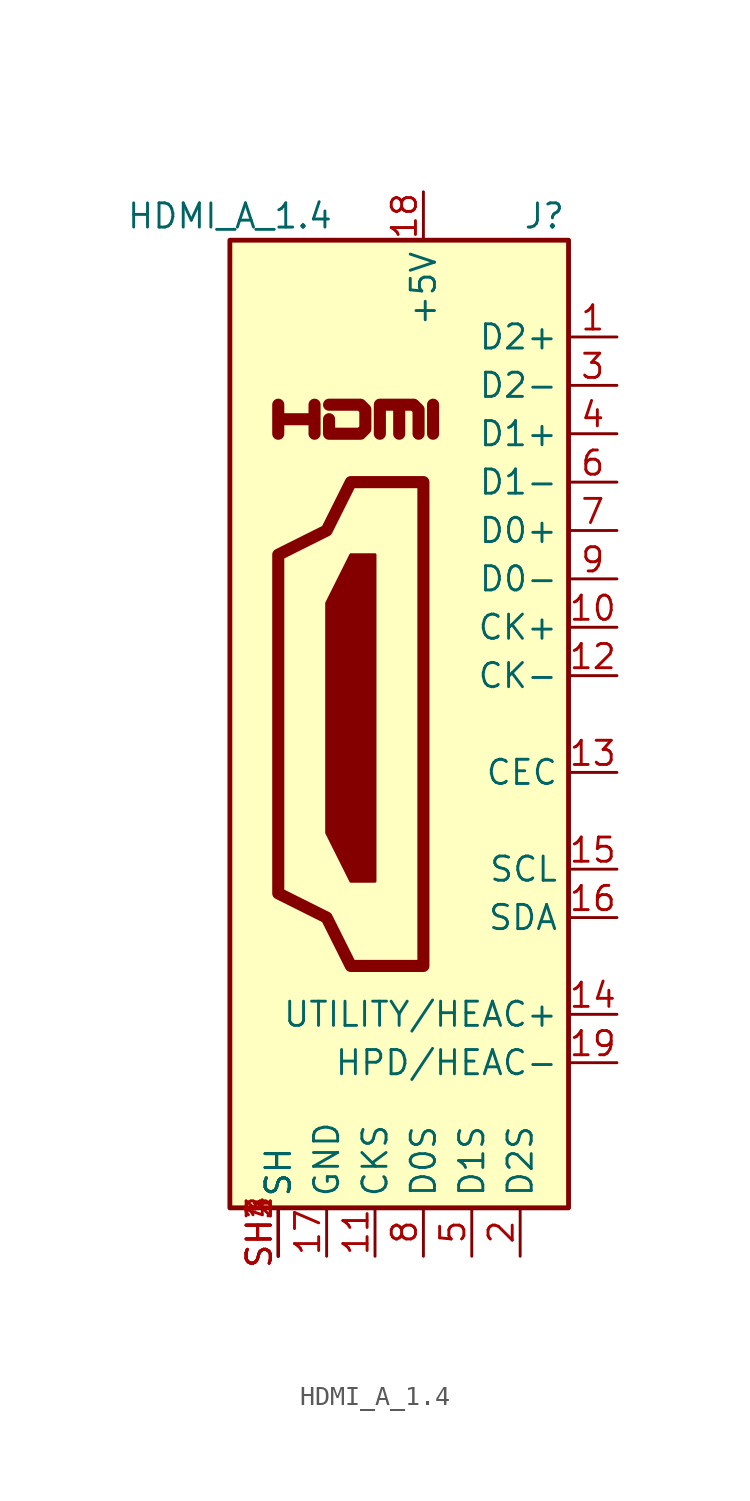
<source format=kicad_sym>
(kicad_symbol_lib
  (version 20241209)
  (generator "kicad_symbol_editor")
  (generator_version "9.0")
  (symbol "HDMI_A_1.4"
    (property "Reference" "J"
      (at 36.83 26.67 0)
      (effects (font (size 1.27 1.27))))
    (property "Value" "HDMI_A_1.4"
      (at 20.32 26.67 0)
      (effects (font (size 1.27 1.27))))
    (symbol "HDMI_A_1.4_0_0"
      (polyline (pts (xy 22.86 15.24) (xy 22.86 16.764) (xy 22.86 16.002) (xy 24.765 16.002) (xy 24.765 16.764) (xy 24.765 15.24)) (stroke (width 0.635) (type default)) (fill (type none)))
      (polyline (pts (xy 25.527 16.764) (xy 27.178 16.764) (xy 27.432 16.51) (xy 27.432 15.494) (xy 27.178 15.24) (xy 25.527 15.24) (xy 25.527 16.002)) (stroke (width 0.635) (type default)) (fill (type none)))
      (polyline (pts (xy 30.988 15.24) (xy 30.988 16.764)) (stroke (width 0.635) (type default)) (fill (type none)))
      (pin passive line (at 22.86 -27.94 90) (length 2.54) (name "SH" (effects (font (size 1.27 1.27)))) (number "SH2" (effects (font (size 1.27 1.27)))))
      (pin passive line (at 22.86 -27.94 90) (length 2.54) (name "SH" (effects (font (size 1.27 1.27)))) (number "SH3" (effects (font (size 1.27 1.27)))))
      (pin passive line (at 22.86 -27.94 90) (length 2.54) (name "SH" (effects (font (size 1.27 1.27)))) (number "SH4" (effects (font (size 1.27 1.27))))))
    (symbol "HDMI_A_1.4_0_1"
      (polyline (pts (xy 27.94 8.89) (xy 26.67 8.89) (xy 25.4 6.35) (xy 25.4 -5.715) (xy 26.67 -8.255) (xy 27.94 -8.255) (xy 27.94 8.89)) (stroke (width 0) (type default)) (fill (type outline)))
      (polyline (pts (xy 28.194 15.24) (xy 28.194 16.764) (xy 29.21 16.764) (xy 29.21 15.24) (xy 29.21 16.764) (xy 29.972 16.764) (xy 30.226 16.51) (xy 30.226 15.24)) (stroke (width 0.635) (type default)) (fill (type none)))
      (polyline (pts (xy 30.48 12.7) (xy 30.48 -12.7) (xy 26.67 -12.7) (xy 25.4 -10.16) (xy 22.86 -8.89) (xy 22.86 8.89) (xy 25.4 10.16) (xy 26.67 12.7) (xy 30.48 12.7)) (stroke (width 0.635) (type default)) (fill (type none)))
      (rectangle (start 38.1 25.4) (end 20.32 -25.4) (stroke (width 0.254) (type default)) (fill (type background))))
    (symbol "HDMI_A_1.4_1_1"
      (pin passive line (at 22.86 -27.94 90) (length 2.54) (name "SH" (effects (font (size 1.27 1.27)))) (number "SH1" (effects (font (size 1.27 1.27)))))
      (pin power_in line (at 25.4 -27.94 90) (length 2.54) (name "GND" (effects (font (size 1.27 1.27)))) (number "17" (effects (font (size 1.27 1.27)))))
      (pin power_in line (at 27.94 -27.94 90) (length 2.54) (name "CKS" (effects (font (size 1.27 1.27)))) (number "11" (effects (font (size 1.27 1.27)))))
      (pin power_in line (at 30.48 27.94 270) (length 2.54) (name "+5V" (effects (font (size 1.27 1.27)))) (number "18" (effects (font (size 1.27 1.27)))))
      (pin power_in line (at 30.48 -27.94 90) (length 2.54) (name "D0S" (effects (font (size 1.27 1.27)))) (number "8" (effects (font (size 1.27 1.27)))))
      (pin power_in line (at 33.02 -27.94 90) (length 2.54) (name "D1S" (effects (font (size 1.27 1.27)))) (number "5" (effects (font (size 1.27 1.27)))))
      (pin power_in line (at 35.56 -27.94 90) (length 2.54) (name "D2S" (effects (font (size 1.27 1.27)))) (number "2" (effects (font (size 1.27 1.27)))))
      (pin passive line (at 40.64 20.32 180) (length 2.54) (name "D2+" (effects (font (size 1.27 1.27)))) (number "1" (effects (font (size 1.27 1.27)))))
      (pin passive line (at 40.64 17.78 180) (length 2.54) (name "D2-" (effects (font (size 1.27 1.27)))) (number "3" (effects (font (size 1.27 1.27)))))
      (pin passive line (at 40.64 15.24 180) (length 2.54) (name "D1+" (effects (font (size 1.27 1.27)))) (number "4" (effects (font (size 1.27 1.27)))))
      (pin passive line (at 40.64 12.7 180) (length 2.54) (name "D1-" (effects (font (size 1.27 1.27)))) (number "6" (effects (font (size 1.27 1.27)))))
      (pin passive line (at 40.64 10.16 180) (length 2.54) (name "D0+" (effects (font (size 1.27 1.27)))) (number "7" (effects (font (size 1.27 1.27)))))
      (pin passive line (at 40.64 7.62 180) (length 2.54) (name "D0-" (effects (font (size 1.27 1.27)))) (number "9" (effects (font (size 1.27 1.27)))))
      (pin passive line (at 40.64 5.08 180) (length 2.54) (name "CK+" (effects (font (size 1.27 1.27)))) (number "10" (effects (font (size 1.27 1.27)))))
      (pin passive line (at 40.64 2.54 180) (length 2.54) (name "CK-" (effects (font (size 1.27 1.27)))) (number "12" (effects (font (size 1.27 1.27)))))
      (pin bidirectional line (at 40.64 -2.54 180) (length 2.54) (name "CEC" (effects (font (size 1.27 1.27)))) (number "13" (effects (font (size 1.27 1.27)))))
      (pin passive line (at 40.64 -7.62 180) (length 2.54) (name "SCL" (effects (font (size 1.27 1.27)))) (number "15" (effects (font (size 1.27 1.27)))))
      (pin bidirectional line (at 40.64 -10.16 180) (length 2.54) (name "SDA" (effects (font (size 1.27 1.27)))) (number "16" (effects (font (size 1.27 1.27)))))
      (pin passive line (at 40.64 -15.24 180) (length 2.54) (name "UTILITY/HEAC+" (effects (font (size 1.27 1.27)))) (number "14" (effects (font (size 1.27 1.27)))))
      (pin passive line (at 40.64 -17.78 180) (length 2.54) (name "HPD/HEAC-" (effects (font (size 1.27 1.27)))) (number "19" (effects (font (size 1.27 1.27))))))))
</source>
